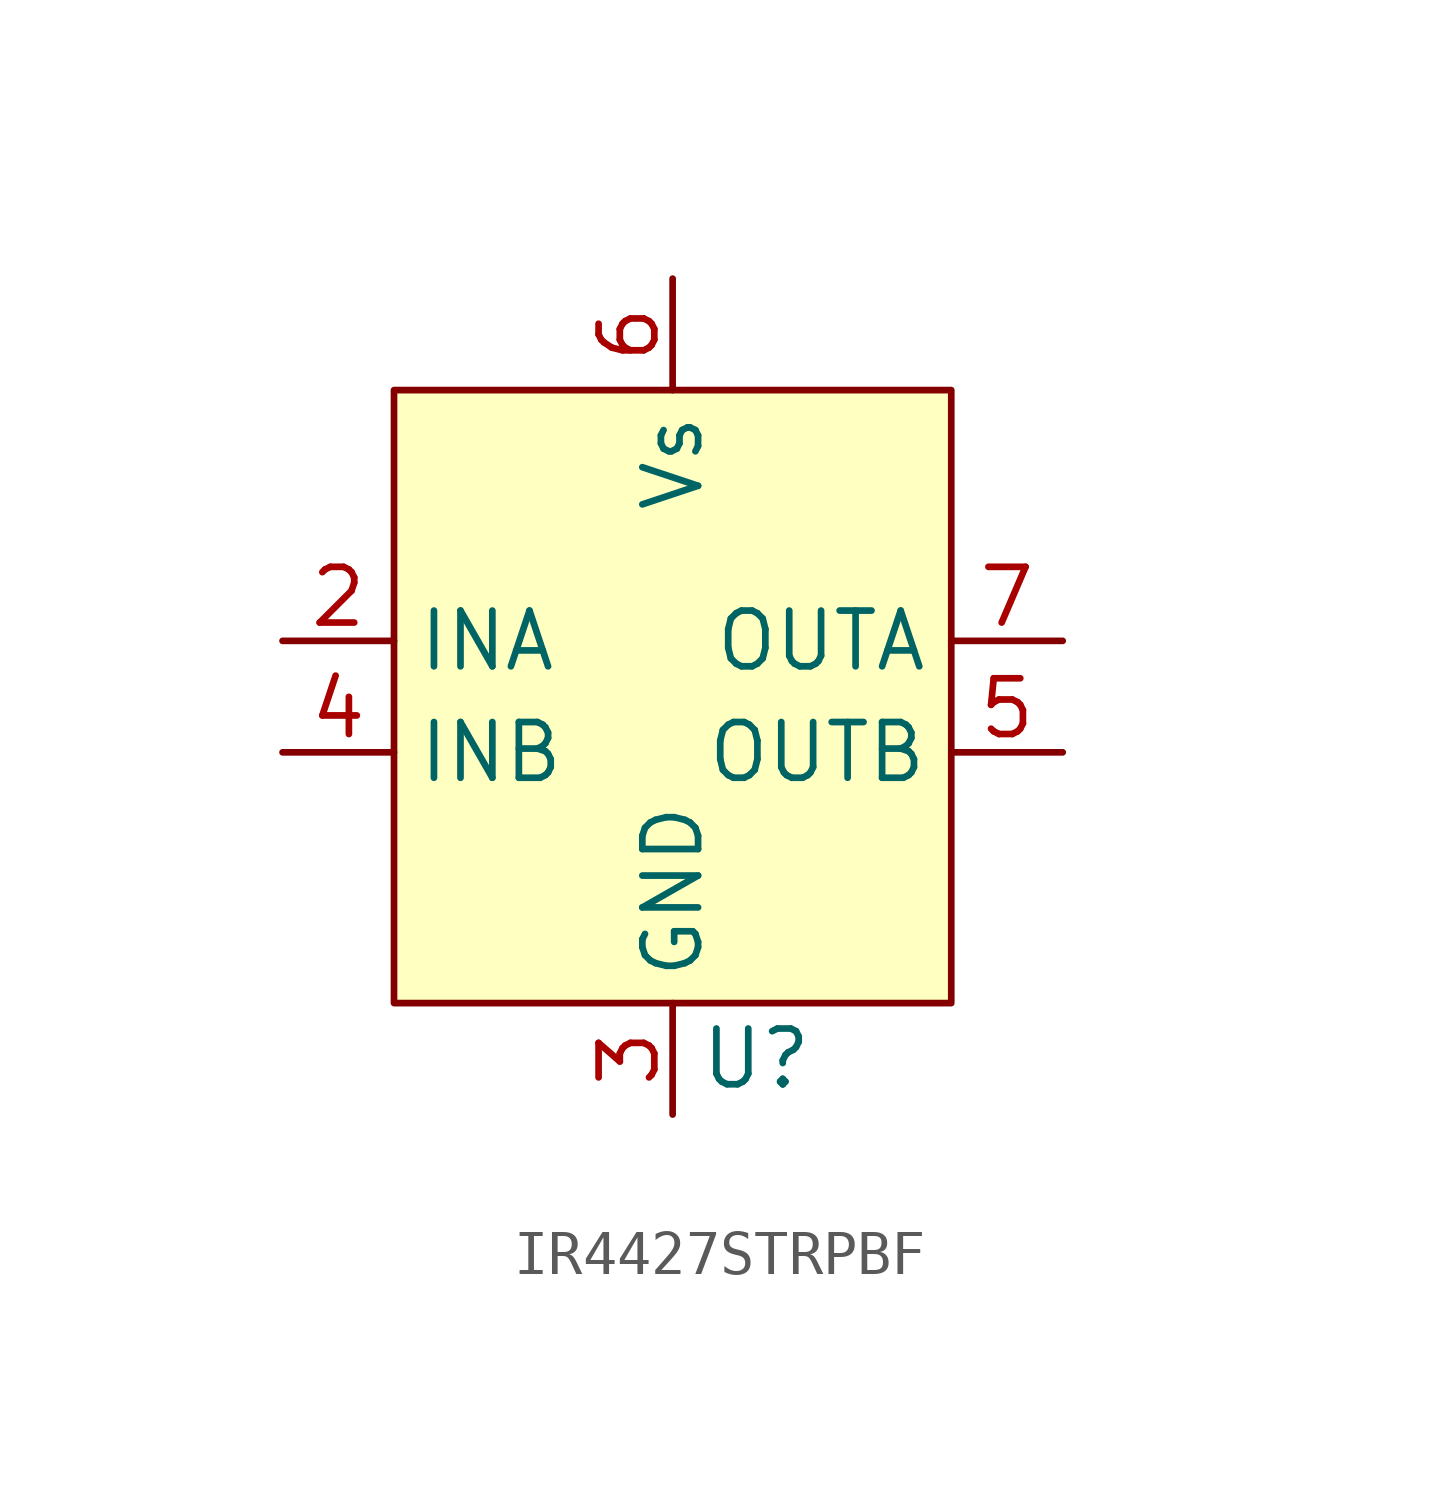
<source format=kicad_sym>
(kicad_symbol_lib
  (version 20220914)
  (generator kicad_symbol_editor)
  (symbol "IR4427STRPBF"
    (property "Reference" "U"
      (at 8.255 -15.24 0)
      (effects (font (size 1.27 1.27))))
    (property "Value" ""
      (at -0.635 -1.905 0)
      (effects (font (size 1.27 1.27))))
    (symbol "IR4427STRPBF_0_1"
      (rectangle (start 0 0) (end 12.7 -13.97) (stroke (width 0) (type default)) (fill (type background))))
    (symbol "IR4427STRPBF_1_1"
      (pin no_connect line (at 17.78 -15.24 180) (length 0) hide (name "DNC" (effects (font (size 1.27 1.27)))) (number "2" (effects (font (size 1.27 1.27)))))
      (pin input line (at -2.54 -5.715 0) (length 2.54) (name "INA" (effects (font (size 1.27 1.27)))) (number "2" (effects (font (size 1.27 1.27)))))
      (pin power_in line (at 6.35 -16.51 90) (length 2.54) (name "GND" (effects (font (size 1.27 1.27)))) (number "3" (effects (font (size 1.27 1.27)))))
      (pin input line (at -2.54 -8.255 0) (length 2.54) (name "INB" (effects (font (size 1.27 1.27)))) (number "4" (effects (font (size 1.27 1.27)))))
      (pin input line (at 15.24 -8.255 180) (length 2.54) (name "OUTB" (effects (font (size 1.27 1.27)))) (number "5" (effects (font (size 1.27 1.27)))))
      (pin power_in line (at 6.35 2.54 270) (length 2.54) (name "Vs" (effects (font (size 1.27 1.27)))) (number "6" (effects (font (size 1.27 1.27)))))
      (pin output line (at 15.24 -5.715 180) (length 2.54) (name "OUTA" (effects (font (size 1.27 1.27)))) (number "7" (effects (font (size 1.27 1.27)))))
      (pin no_connect line (at 17.78 -13.335 180) (length 0) hide (name "DNC" (effects (font (size 1.27 1.27)))) (number "8" (effects (font (size 1.27 1.27))))))))
</source>
